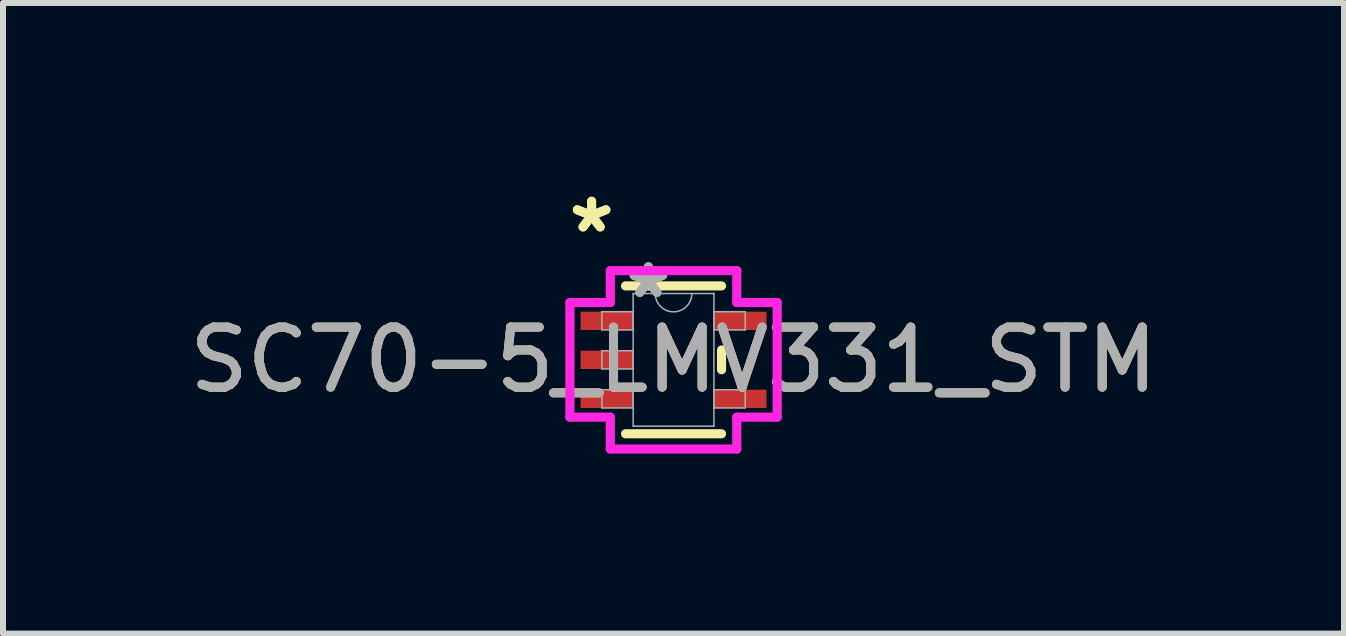
<source format=kicad_pcb>
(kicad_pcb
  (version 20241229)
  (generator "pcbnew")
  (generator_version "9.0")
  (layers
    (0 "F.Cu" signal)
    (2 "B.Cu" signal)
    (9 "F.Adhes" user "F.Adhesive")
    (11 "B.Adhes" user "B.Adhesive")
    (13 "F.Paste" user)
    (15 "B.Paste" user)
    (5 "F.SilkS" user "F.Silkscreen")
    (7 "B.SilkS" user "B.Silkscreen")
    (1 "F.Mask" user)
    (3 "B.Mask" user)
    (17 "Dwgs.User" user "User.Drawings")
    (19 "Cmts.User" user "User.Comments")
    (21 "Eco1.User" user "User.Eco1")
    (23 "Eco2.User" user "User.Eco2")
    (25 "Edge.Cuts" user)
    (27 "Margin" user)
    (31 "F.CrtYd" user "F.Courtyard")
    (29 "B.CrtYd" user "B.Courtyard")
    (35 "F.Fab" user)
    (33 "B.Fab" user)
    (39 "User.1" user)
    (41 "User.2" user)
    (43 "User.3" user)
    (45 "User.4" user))
  (footprint "SC70-5_LMV331_STM"
    (layer "F.Cu")
    (at 8.173 2.946)
    (property "Reference" "SC70-5_LMV331_STM" (at 0 0 0) (unlocked yes) (layer "F.SilkS") (effects (font (size 1 1) (thickness 0.15))))
    (attr smd)
    (fp_line (start -0.8 1.232) (end 0.8 1.232) (stroke (width 0.152) (type solid)) (layer "F.SilkS"))
    (fp_line (start 0.8 -1.232) (end -0.8 -1.232) (stroke (width 0.152) (type solid)) (layer "F.SilkS"))
    (fp_line (start 0.8 0.165) (end 0.8 -0.165) (stroke (width 0.152) (type solid)) (layer "F.SilkS"))
    (fp_line (start -1.727 -0.955) (end -1.054 -0.955) (stroke (width 0.152) (type solid)) (layer "F.CrtYd"))
    (fp_line (start -1.727 0.955) (end -1.727 -0.955) (stroke (width 0.152) (type solid)) (layer "F.CrtYd"))
    (fp_line (start -1.054 -1.486) (end 1.054 -1.486) (stroke (width 0.152) (type solid)) (layer "F.CrtYd"))
    (fp_line (start -1.054 -0.955) (end -1.054 -1.486) (stroke (width 0.152) (type solid)) (layer "F.CrtYd"))
    (fp_line (start -1.054 0.955) (end -1.727 0.955) (stroke (width 0.152) (type solid)) (layer "F.CrtYd"))
    (fp_line (start -1.054 1.486) (end -1.054 0.955) (stroke (width 0.152) (type solid)) (layer "F.CrtYd"))
    (fp_line (start 1.054 -1.486) (end 1.054 -0.955) (stroke (width 0.152) (type solid)) (layer "F.CrtYd"))
    (fp_line (start 1.054 -0.955) (end 1.727 -0.955) (stroke (width 0.152) (type solid)) (layer "F.CrtYd"))
    (fp_line (start 1.054 0.955) (end 1.054 1.486) (stroke (width 0.152) (type solid)) (layer "F.CrtYd"))
    (fp_line (start 1.054 1.486) (end -1.054 1.486) (stroke (width 0.152) (type solid)) (layer "F.CrtYd"))
    (fp_line (start 1.727 -0.955) (end 1.727 0.955) (stroke (width 0.152) (type solid)) (layer "F.CrtYd"))
    (fp_line (start 1.727 0.955) (end 1.054 0.955) (stroke (width 0.152) (type solid)) (layer "F.CrtYd"))
    (fp_line (start -1.194 -0.802) (end -1.194 -0.498) (stroke (width 0.025) (type solid)) (layer "F.Fab"))
    (fp_line (start -1.194 -0.498) (end -0.673 -0.498) (stroke (width 0.025) (type solid)) (layer "F.Fab"))
    (fp_line (start -1.194 -0.152) (end -1.194 0.152) (stroke (width 0.025) (type solid)) (layer "F.Fab"))
    (fp_line (start -1.194 0.152) (end -0.673 0.152) (stroke (width 0.025) (type solid)) (layer "F.Fab"))
    (fp_line (start -1.194 0.498) (end -1.194 0.802) (stroke (width 0.025) (type solid)) (layer "F.Fab"))
    (fp_line (start -1.194 0.802) (end -0.673 0.802) (stroke (width 0.025) (type solid)) (layer "F.Fab"))
    (fp_line (start -0.673 -1.105) (end -0.673 1.105) (stroke (width 0.025) (type solid)) (layer "F.Fab"))
    (fp_line (start -0.673 -0.802) (end -1.194 -0.802) (stroke (width 0.025) (type solid)) (layer "F.Fab"))
    (fp_line (start -0.673 -0.498) (end -0.673 -0.802) (stroke (width 0.025) (type solid)) (layer "F.Fab"))
    (fp_line (start -0.673 -0.152) (end -1.194 -0.152) (stroke (width 0.025) (type solid)) (layer "F.Fab"))
    (fp_line (start -0.673 0.152) (end -0.673 -0.152) (stroke (width 0.025) (type solid)) (layer "F.Fab"))
    (fp_line (start -0.673 0.498) (end -1.194 0.498) (stroke (width 0.025) (type solid)) (layer "F.Fab"))
    (fp_line (start -0.673 0.802) (end -0.673 0.498) (stroke (width 0.025) (type solid)) (layer "F.Fab"))
    (fp_line (start -0.673 1.105) (end 0.673 1.105) (stroke (width 0.025) (type solid)) (layer "F.Fab"))
    (fp_line (start 0.673 -1.105) (end -0.673 -1.105) (stroke (width 0.025) (type solid)) (layer "F.Fab"))
    (fp_line (start 0.673 -0.802) (end 0.673 -0.498) (stroke (width 0.025) (type solid)) (layer "F.Fab"))
    (fp_line (start 0.673 -0.498) (end 1.194 -0.498) (stroke (width 0.025) (type solid)) (layer "F.Fab"))
    (fp_line (start 0.673 0.498) (end 0.673 0.802) (stroke (width 0.025) (type solid)) (layer "F.Fab"))
    (fp_line (start 0.673 0.802) (end 1.194 0.802) (stroke (width 0.025) (type solid)) (layer "F.Fab"))
    (fp_line (start 0.673 1.105) (end 0.673 -1.105) (stroke (width 0.025) (type solid)) (layer "F.Fab"))
    (fp_line (start 1.194 -0.802) (end 0.673 -0.802) (stroke (width 0.025) (type solid)) (layer "F.Fab"))
    (fp_line (start 1.194 -0.498) (end 1.194 -0.802) (stroke (width 0.025) (type solid)) (layer "F.Fab"))
    (fp_line (start 1.194 0.498) (end 0.673 0.498) (stroke (width 0.025) (type solid)) (layer "F.Fab"))
    (fp_line (start 1.194 0.802) (end 1.194 0.498) (stroke (width 0.025) (type solid)) (layer "F.Fab"))
    (fp_arc (start 0.3048 -1.1049) (mid 0 -0.8001) (end -0.3048 -1.1049) (stroke (width 0.0254) (type solid)) (layer "F.Fab"))
    (fp_text user "*" (at -1.365 -2.098 0) (layer "F.SilkS") (effects (font (size 1 1) (thickness 0.15))))
    (fp_text user "*" (at -1.365 -2.098 0) (unlocked yes) (layer "F.SilkS") (effects (font (size 1 1) (thickness 0.15))))
    (fp_text user "*" (at -0.419 -1.006 0) (unlocked yes) (layer "F.Fab") (effects (font (size 1 1) (thickness 0.15))))
    (fp_text user "*" (at -0.419 -1.006 0) (layer "F.Fab") (effects (font (size 1 1) (thickness 0.15))))
    (fp_text user "${REFERENCE}" (at 0 0 0) (unlocked yes) (layer "F.Fab") (effects (font (size 1 1) (thickness 0.15))))
    (pad "1" smd rect (at -1.111 -0.65) (size 0.876 0.305) (layers "F.Cu" "F.Mask" "F.Paste"))
    (pad "2" smd rect (at -1.111 0) (size 0.876 0.305) (layers "F.Cu" "F.Mask" "F.Paste"))
    (pad "3" smd rect (at -1.111 0.65) (size 0.876 0.305) (layers "F.Cu" "F.Mask" "F.Paste"))
    (pad "4" smd rect (at 1.111 0.65) (size 0.876 0.305) (layers "F.Cu" "F.Mask" "F.Paste"))
    (pad "5" smd rect (at 1.111 -0.65) (size 0.876 0.305) (layers "F.Cu" "F.Mask" "F.Paste")))
  (gr_rect
    (start -3 -3)
    (end 19.345 7.508)
    (stroke (width 0.1) (type default))
    (fill no)
    (layer "Edge.Cuts")))
</source>
